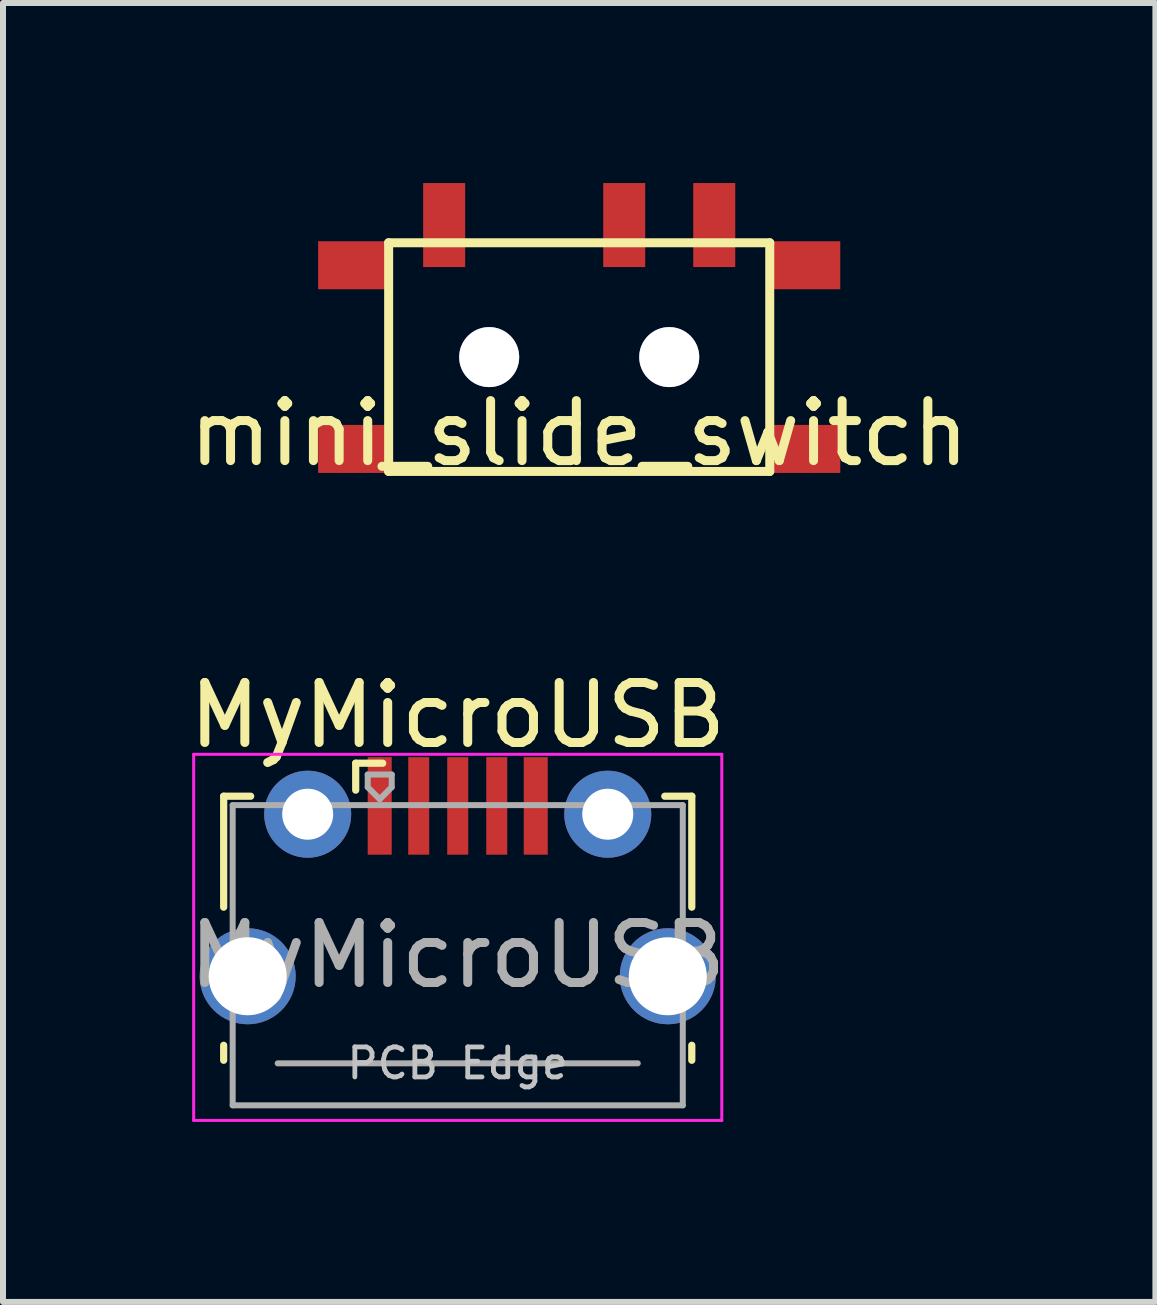
<source format=kicad_pcb>
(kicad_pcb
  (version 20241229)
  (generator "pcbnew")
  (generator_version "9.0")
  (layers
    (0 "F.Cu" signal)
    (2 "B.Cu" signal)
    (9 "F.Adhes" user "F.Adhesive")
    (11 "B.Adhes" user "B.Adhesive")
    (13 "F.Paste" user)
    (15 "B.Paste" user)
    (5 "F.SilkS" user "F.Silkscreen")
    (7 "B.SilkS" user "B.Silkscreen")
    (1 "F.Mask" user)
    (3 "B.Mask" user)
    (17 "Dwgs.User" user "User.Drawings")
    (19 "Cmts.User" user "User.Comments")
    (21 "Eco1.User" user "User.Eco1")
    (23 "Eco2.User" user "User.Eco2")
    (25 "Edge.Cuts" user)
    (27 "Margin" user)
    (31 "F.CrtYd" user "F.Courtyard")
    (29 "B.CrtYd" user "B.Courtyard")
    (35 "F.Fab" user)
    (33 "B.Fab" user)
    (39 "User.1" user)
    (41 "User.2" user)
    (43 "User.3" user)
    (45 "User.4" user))
  (footprint "MyMicroUSB"
    (layer "F.Cu")
    (at 4.577 11.979)
    (property "Reference" "MyMicroUSB" (at 0 -3.112 0) (layer "F.SilkS") (effects (font (size 1 1) (thickness 0.15))))
    (attr smd)
    (fp_line (start -3.9 -1.762) (end -3.45 -1.762) (stroke (width 0.12) (type solid)) (layer "F.SilkS"))
    (fp_line (start -3.9 0.087) (end -3.9 -1.762) (stroke (width 0.12) (type solid)) (layer "F.SilkS"))
    (fp_line (start -3.9 2.638) (end -3.9 2.388) (stroke (width 0.12) (type solid)) (layer "F.SilkS"))
    (fp_line (start -1.7 -2.312) (end -1.7 -1.863) (stroke (width 0.12) (type solid)) (layer "F.SilkS"))
    (fp_line (start -1.7 -2.312) (end -1.25 -2.312) (stroke (width 0.12) (type solid)) (layer "F.SilkS"))
    (fp_line (start 3.9 -1.762) (end 3.45 -1.762) (stroke (width 0.12) (type solid)) (layer "F.SilkS"))
    (fp_line (start 3.9 0.087) (end 3.9 -1.762) (stroke (width 0.12) (type solid)) (layer "F.SilkS"))
    (fp_line (start 3.9 2.638) (end 3.9 2.388) (stroke (width 0.12) (type solid)) (layer "F.SilkS"))
    (fp_line (start -4.4 -2.46) (end 4.4 -2.46) (stroke (width 0.05) (type solid)) (layer "F.CrtYd"))
    (fp_line (start -4.4 3.64) (end -4.4 -2.46) (stroke (width 0.05) (type solid)) (layer "F.CrtYd"))
    (fp_line (start -4.4 3.64) (end 4.4 3.64) (stroke (width 0.05) (type solid)) (layer "F.CrtYd"))
    (fp_line (start 4.4 -2.46) (end 4.4 3.64) (stroke (width 0.05) (type solid)) (layer "F.CrtYd"))
    (fp_line (start -3.75 -1.613) (end 3.75 -1.613) (stroke (width 0.1) (type solid)) (layer "F.Fab"))
    (fp_line (start -3.75 3.388) (end -3.75 -1.613) (stroke (width 0.1) (type solid)) (layer "F.Fab"))
    (fp_line (start -3.75 3.389) (end 3.75 3.389) (stroke (width 0.1) (type solid)) (layer "F.Fab"))
    (fp_line (start -3 2.689) (end 3 2.689) (stroke (width 0.1) (type solid)) (layer "F.Fab"))
    (fp_line (start -1.5 -2.123) (end -1.5 -1.913) (stroke (width 0.1) (type solid)) (layer "F.Fab"))
    (fp_line (start -1.5 -2.123) (end -1.1 -2.123) (stroke (width 0.1) (type solid)) (layer "F.Fab"))
    (fp_line (start -1.3 -1.712) (end -1.5 -1.913) (stroke (width 0.1) (type solid)) (layer "F.Fab"))
    (fp_line (start -1.1 -2.123) (end -1.1 -1.913) (stroke (width 0.1) (type solid)) (layer "F.Fab"))
    (fp_line (start -1.1 -1.913) (end -1.3 -1.712) (stroke (width 0.1) (type solid)) (layer "F.Fab"))
    (fp_line (start 3.75 3.388) (end 3.75 -1.613) (stroke (width 0.1) (type solid)) (layer "F.Fab"))
    (fp_text user "PCB Edge" (at 0 2.688 0) (layer "Dwgs.User") (effects (font (size 0.5 0.5) (thickness 0.08))))
    (fp_text user "${REFERENCE}" (at 0 0.887 0) (layer "F.Fab") (effects (font (size 1 1) (thickness 0.15))))
    (pad "1" smd rect (at -1.3 -1.6) (size 0.4 1.625) (layers "F.Cu" "F.Mask" "F.Paste"))
    (pad "2" smd rect (at -0.65 -1.6) (size 0.35 1.625) (layers "F.Cu" "F.Mask" "F.Paste"))
    (pad "3" smd rect (at 0 -1.6) (size 0.35 1.625) (layers "F.Cu" "F.Mask" "F.Paste"))
    (pad "4" smd rect (at 0.65 -1.6) (size 0.35 1.625) (layers "F.Cu" "F.Mask" "F.Paste"))
    (pad "5" smd rect (at 1.3 -1.6) (size 0.4 1.625) (layers "F.Cu" "F.Mask" "F.Paste"))
    (pad "6" thru_hole circle (at -3.5 1.238 180) (size 1.6 1.6) (drill 1.3) (layers "*.Cu" "*.Mask"))
    (pad "6" thru_hole circle (at -2.5 -1.462) (size 1.45 1.45) (drill 0.85) (layers "*.Cu" "*.Mask"))
    (pad "6" thru_hole circle (at 2.5 -1.462) (size 1.45 1.45) (drill 0.85) (layers "*.Cu" "*.Mask"))
    (pad "6" thru_hole circle (at 3.5 1.238) (size 1.6 1.6) (drill 1.3) (layers "*.Cu" "*.Mask")))
  (footprint "mini_slide_switch"
    (layer "F.Cu")
    (at 6.601 2.9)
    (property "Reference" "mini_slide_switch" (at 0 1.27 0) (layer "F.SilkS") (effects (font (size 1 1) (thickness 0.15))))
    (attr through_hole)
    (fp_line (start -3.175 -1.905) (end 3.175 -1.905) (stroke (width 0.15) (type solid)) (layer "F.SilkS"))
    (fp_line (start -3.175 1.905) (end -3.175 -1.905) (stroke (width 0.15) (type solid)) (layer "F.SilkS"))
    (fp_line (start 3.175 -1.905) (end 3.175 1.905) (stroke (width 0.15) (type solid)) (layer "F.SilkS"))
    (fp_line (start 3.175 1.905) (end -3.175 1.905) (stroke (width 0.15) (type solid)) (layer "F.SilkS"))
    (pad "1" smd rect (at -2.25 -2.2) (size 0.7 1.4) (layers "F.Cu" "F.Mask" "F.Paste"))
    (pad "2" smd rect (at 0.75 -2.2) (size 0.7 1.4) (layers "F.Cu" "F.Mask" "F.Paste"))
    (pad "3" smd rect (at 2.25 -2.2) (size 0.7 1.4) (layers "F.Cu" "F.Mask" "F.Paste"))
    (pad "4" smd rect (at -3.75 -1.53) (size 1.2 0.8) (layers "F.Cu" "F.Mask" "F.Paste"))
    (pad "4" smd rect (at -3.75 1.53) (size 1.2 0.8) (layers "F.Cu" "F.Mask" "F.Paste"))
    (pad "4" thru_hole circle (at -1.5 0) (size 1 1) (drill 1) (layers "*.Cu" "*.Mask"))
    (pad "4" thru_hole circle (at 1.5 0) (size 1 1) (drill 1) (layers "*.Cu" "*.Mask"))
    (pad "4" smd rect (at 3.75 -1.53) (size 1.2 0.8) (layers "F.Cu" "F.Mask" "F.Paste"))
    (pad "4" smd rect (at 3.75 1.53) (size 1.2 0.8) (layers "F.Cu" "F.Mask" "F.Paste")))
  (gr_rect
    (start -3 -3)
    (end 16.202 18.644)
    (stroke (width 0.1) (type default))
    (fill no)
    (layer "Edge.Cuts")))
</source>
